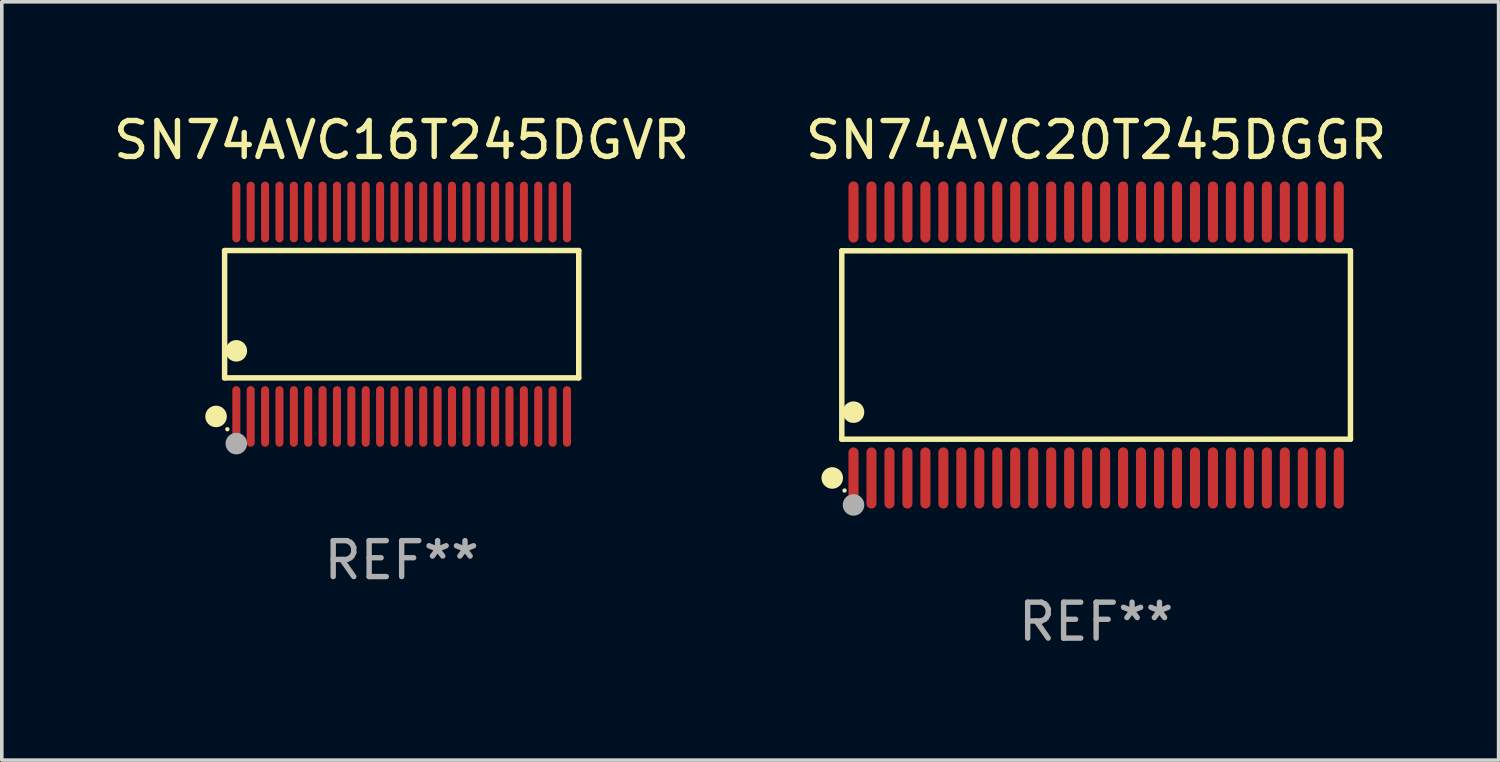
<source format=kicad_pcb>
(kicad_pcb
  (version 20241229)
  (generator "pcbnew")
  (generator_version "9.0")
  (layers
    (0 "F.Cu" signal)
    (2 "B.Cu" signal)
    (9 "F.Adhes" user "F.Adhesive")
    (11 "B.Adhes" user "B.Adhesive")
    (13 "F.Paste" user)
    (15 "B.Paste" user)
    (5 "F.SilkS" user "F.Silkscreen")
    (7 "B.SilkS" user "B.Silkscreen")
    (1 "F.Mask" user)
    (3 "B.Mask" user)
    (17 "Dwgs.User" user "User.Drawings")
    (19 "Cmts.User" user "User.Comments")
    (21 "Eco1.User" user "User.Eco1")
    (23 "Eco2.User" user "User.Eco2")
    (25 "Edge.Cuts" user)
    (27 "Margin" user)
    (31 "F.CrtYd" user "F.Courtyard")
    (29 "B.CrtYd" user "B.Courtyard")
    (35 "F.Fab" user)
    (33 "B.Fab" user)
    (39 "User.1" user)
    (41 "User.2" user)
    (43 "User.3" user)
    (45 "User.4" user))
  (footprint "SN74AVC20T245DGGR"
    (layer "F.Cu")
    (at 27.446 6.548)
    (property "Reference" "SN74AVC20T245DGGR" (at 0 -5.7 0) (layer "F.SilkS") (effects (font (size 1 1) (thickness 0.15))))
    (attr through_hole)
    (fp_line (start -7.076 -2.621) (end 7.076 -2.621) (stroke (width 0.152) (type solid)) (layer "F.SilkS"))
    (fp_line (start -7.076 2.621) (end -7.076 -2.621) (stroke (width 0.152) (type solid)) (layer "F.SilkS"))
    (fp_line (start 7.076 -2.621) (end 7.076 2.621) (stroke (width 0.152) (type solid)) (layer "F.SilkS"))
    (fp_line (start 7.076 2.621) (end -7.076 2.621) (stroke (width 0.152) (type solid)) (layer "F.SilkS"))
    (fp_circle (center -7.342 3.7) (end -7.192 3.7) (stroke (width 0.3) (type solid)) (fill no) (layer "F.SilkS"))
    (fp_circle (center -7 4.05) (end -6.97 4.05) (stroke (width 0.06) (type solid)) (fill no) (layer "F.SilkS"))
    (fp_circle (center -6.75 1.869) (end -6.6 1.869) (stroke (width 0.3) (type solid)) (fill no) (layer "F.SilkS"))
    (fp_circle (center -6.75 4.45) (end -6.6 4.45) (stroke (width 0.3) (type solid)) (fill no) (layer "F.Fab"))
    (fp_text user "REF**" (at 0 7.7 0) (layer "F.Fab") (effects (font (size 1 1) (thickness 0.15))))
    (pad "1" smd oval (at -6.75 3.7) (size 0.28 1.7) (layers "F.Cu" "F.Mask" "F.Paste"))
    (pad "2" smd oval (at -6.25 3.7) (size 0.28 1.7) (layers "F.Cu" "F.Mask" "F.Paste"))
    (pad "3" smd oval (at -5.75 3.7) (size 0.28 1.7) (layers "F.Cu" "F.Mask" "F.Paste"))
    (pad "4" smd oval (at -5.25 3.7) (size 0.28 1.7) (layers "F.Cu" "F.Mask" "F.Paste"))
    (pad "5" smd oval (at -4.75 3.7) (size 0.28 1.7) (layers "F.Cu" "F.Mask" "F.Paste"))
    (pad "6" smd oval (at -4.25 3.7) (size 0.28 1.7) (layers "F.Cu" "F.Mask" "F.Paste"))
    (pad "7" smd oval (at -3.75 3.7) (size 0.28 1.7) (layers "F.Cu" "F.Mask" "F.Paste"))
    (pad "8" smd oval (at -3.25 3.7) (size 0.28 1.7) (layers "F.Cu" "F.Mask" "F.Paste"))
    (pad "9" smd oval (at -2.75 3.7) (size 0.28 1.7) (layers "F.Cu" "F.Mask" "F.Paste"))
    (pad "10" smd oval (at -2.25 3.7) (size 0.28 1.7) (layers "F.Cu" "F.Mask" "F.Paste"))
    (pad "11" smd oval (at -1.75 3.7) (size 0.28 1.7) (layers "F.Cu" "F.Mask" "F.Paste"))
    (pad "12" smd oval (at -1.25 3.7) (size 0.28 1.7) (layers "F.Cu" "F.Mask" "F.Paste"))
    (pad "13" smd oval (at -0.75 3.7) (size 0.28 1.7) (layers "F.Cu" "F.Mask" "F.Paste"))
    (pad "14" smd oval (at -0.25 3.7) (size 0.28 1.7) (layers "F.Cu" "F.Mask" "F.Paste"))
    (pad "15" smd oval (at 0.25 3.7) (size 0.28 1.7) (layers "F.Cu" "F.Mask" "F.Paste"))
    (pad "16" smd oval (at 0.75 3.7) (size 0.28 1.7) (layers "F.Cu" "F.Mask" "F.Paste"))
    (pad "17" smd oval (at 1.25 3.7) (size 0.28 1.7) (layers "F.Cu" "F.Mask" "F.Paste"))
    (pad "18" smd oval (at 1.75 3.7) (size 0.28 1.7) (layers "F.Cu" "F.Mask" "F.Paste"))
    (pad "19" smd oval (at 2.25 3.7) (size 0.28 1.7) (layers "F.Cu" "F.Mask" "F.Paste"))
    (pad "20" smd oval (at 2.75 3.7) (size 0.28 1.7) (layers "F.Cu" "F.Mask" "F.Paste"))
    (pad "21" smd oval (at 3.25 3.7) (size 0.28 1.7) (layers "F.Cu" "F.Mask" "F.Paste"))
    (pad "22" smd oval (at 3.75 3.7) (size 0.28 1.7) (layers "F.Cu" "F.Mask" "F.Paste"))
    (pad "23" smd oval (at 4.25 3.7) (size 0.28 1.7) (layers "F.Cu" "F.Mask" "F.Paste"))
    (pad "24" smd oval (at 4.75 3.7) (size 0.28 1.7) (layers "F.Cu" "F.Mask" "F.Paste"))
    (pad "25" smd oval (at 5.25 3.7) (size 0.28 1.7) (layers "F.Cu" "F.Mask" "F.Paste"))
    (pad "26" smd oval (at 5.75 3.7) (size 0.28 1.7) (layers "F.Cu" "F.Mask" "F.Paste"))
    (pad "27" smd oval (at 6.25 3.7) (size 0.28 1.7) (layers "F.Cu" "F.Mask" "F.Paste"))
    (pad "28" smd oval (at 6.75 3.7) (size 0.28 1.7) (layers "F.Cu" "F.Mask" "F.Paste"))
    (pad "29" smd oval (at 6.75 -3.7) (size 0.28 1.7) (layers "F.Cu" "F.Mask" "F.Paste"))
    (pad "30" smd oval (at 6.25 -3.7) (size 0.28 1.7) (layers "F.Cu" "F.Mask" "F.Paste"))
    (pad "31" smd oval (at 5.75 -3.7) (size 0.28 1.7) (layers "F.Cu" "F.Mask" "F.Paste"))
    (pad "32" smd oval (at 5.25 -3.7) (size 0.28 1.7) (layers "F.Cu" "F.Mask" "F.Paste"))
    (pad "33" smd oval (at 4.75 -3.7) (size 0.28 1.7) (layers "F.Cu" "F.Mask" "F.Paste"))
    (pad "34" smd oval (at 4.25 -3.7) (size 0.28 1.7) (layers "F.Cu" "F.Mask" "F.Paste"))
    (pad "35" smd oval (at 3.75 -3.7) (size 0.28 1.7) (layers "F.Cu" "F.Mask" "F.Paste"))
    (pad "36" smd oval (at 3.25 -3.7) (size 0.28 1.7) (layers "F.Cu" "F.Mask" "F.Paste"))
    (pad "37" smd oval (at 2.75 -3.7) (size 0.28 1.7) (layers "F.Cu" "F.Mask" "F.Paste"))
    (pad "38" smd oval (at 2.25 -3.7) (size 0.28 1.7) (layers "F.Cu" "F.Mask" "F.Paste"))
    (pad "39" smd oval (at 1.75 -3.7) (size 0.28 1.7) (layers "F.Cu" "F.Mask" "F.Paste"))
    (pad "40" smd oval (at 1.25 -3.7) (size 0.28 1.7) (layers "F.Cu" "F.Mask" "F.Paste"))
    (pad "41" smd oval (at 0.75 -3.7) (size 0.28 1.7) (layers "F.Cu" "F.Mask" "F.Paste"))
    (pad "42" smd oval (at 0.25 -3.7) (size 0.28 1.7) (layers "F.Cu" "F.Mask" "F.Paste"))
    (pad "43" smd oval (at -0.25 -3.7) (size 0.28 1.7) (layers "F.Cu" "F.Mask" "F.Paste"))
    (pad "44" smd oval (at -0.75 -3.7) (size 0.28 1.7) (layers "F.Cu" "F.Mask" "F.Paste"))
    (pad "45" smd oval (at -1.25 -3.7) (size 0.28 1.7) (layers "F.Cu" "F.Mask" "F.Paste"))
    (pad "46" smd oval (at -1.75 -3.7) (size 0.28 1.7) (layers "F.Cu" "F.Mask" "F.Paste"))
    (pad "47" smd oval (at -2.25 -3.7) (size 0.28 1.7) (layers "F.Cu" "F.Mask" "F.Paste"))
    (pad "48" smd oval (at -2.75 -3.7) (size 0.28 1.7) (layers "F.Cu" "F.Mask" "F.Paste"))
    (pad "49" smd oval (at -3.25 -3.7) (size 0.28 1.7) (layers "F.Cu" "F.Mask" "F.Paste"))
    (pad "50" smd oval (at -3.75 -3.7) (size 0.28 1.7) (layers "F.Cu" "F.Mask" "F.Paste"))
    (pad "51" smd oval (at -4.25 -3.7) (size 0.28 1.7) (layers "F.Cu" "F.Mask" "F.Paste"))
    (pad "52" smd oval (at -4.75 -3.7) (size 0.28 1.7) (layers "F.Cu" "F.Mask" "F.Paste"))
    (pad "53" smd oval (at -5.25 -3.7) (size 0.28 1.7) (layers "F.Cu" "F.Mask" "F.Paste"))
    (pad "54" smd oval (at -5.75 -3.7) (size 0.28 1.7) (layers "F.Cu" "F.Mask" "F.Paste"))
    (pad "55" smd oval (at -6.25 -3.7) (size 0.28 1.7) (layers "F.Cu" "F.Mask" "F.Paste"))
    (pad "56" smd oval (at -6.75 -3.7) (size 0.28 1.7) (layers "F.Cu" "F.Mask" "F.Paste")))
  (footprint "SN74AVC16T245DGVR"
    (layer "F.Cu")
    (at 8.125 5.692)
    (property "Reference" "SN74AVC16T245DGVR" (at 0 -4.844 0) (layer "F.SilkS") (effects (font (size 1 1) (thickness 0.15))))
    (attr through_hole)
    (fp_line (start -4.926 -1.771) (end 4.926 -1.771) (stroke (width 0.152) (type solid)) (layer "F.SilkS"))
    (fp_line (start -4.926 1.771) (end -4.926 -1.771) (stroke (width 0.152) (type solid)) (layer "F.SilkS"))
    (fp_line (start 4.926 -1.771) (end 4.926 1.771) (stroke (width 0.152) (type solid)) (layer "F.SilkS"))
    (fp_line (start 4.926 1.771) (end -4.926 1.771) (stroke (width 0.152) (type solid)) (layer "F.SilkS"))
    (fp_circle (center -5.164 2.844) (end -5.014 2.844) (stroke (width 0.3) (type solid)) (fill no) (layer "F.SilkS"))
    (fp_circle (center -4.85 3.2) (end -4.82 3.2) (stroke (width 0.06) (type solid)) (fill no) (layer "F.SilkS"))
    (fp_circle (center -4.6 1.019) (end -4.45 1.019) (stroke (width 0.3) (type solid)) (fill no) (layer "F.SilkS"))
    (fp_circle (center -4.6 3.6) (end -4.45 3.6) (stroke (width 0.3) (type solid)) (fill no) (layer "F.Fab"))
    (fp_text user "REF**" (at 0 6.844 0) (layer "F.Fab") (effects (font (size 1 1) (thickness 0.15))))
    (pad "1" smd oval (at -4.6 2.844) (size 0.224 1.687) (layers "F.Cu" "F.Mask" "F.Paste"))
    (pad "2" smd oval (at -4.2 2.844) (size 0.224 1.687) (layers "F.Cu" "F.Mask" "F.Paste"))
    (pad "3" smd oval (at -3.8 2.844) (size 0.224 1.687) (layers "F.Cu" "F.Mask" "F.Paste"))
    (pad "4" smd oval (at -3.4 2.844) (size 0.224 1.687) (layers "F.Cu" "F.Mask" "F.Paste"))
    (pad "5" smd oval (at -3 2.844) (size 0.224 1.687) (layers "F.Cu" "F.Mask" "F.Paste"))
    (pad "6" smd oval (at -2.6 2.844) (size 0.224 1.687) (layers "F.Cu" "F.Mask" "F.Paste"))
    (pad "7" smd oval (at -2.2 2.844) (size 0.224 1.687) (layers "F.Cu" "F.Mask" "F.Paste"))
    (pad "8" smd oval (at -1.8 2.844) (size 0.224 1.687) (layers "F.Cu" "F.Mask" "F.Paste"))
    (pad "9" smd oval (at -1.4 2.844) (size 0.224 1.687) (layers "F.Cu" "F.Mask" "F.Paste"))
    (pad "10" smd oval (at -1 2.844) (size 0.224 1.687) (layers "F.Cu" "F.Mask" "F.Paste"))
    (pad "11" smd oval (at -0.6 2.844) (size 0.224 1.687) (layers "F.Cu" "F.Mask" "F.Paste"))
    (pad "12" smd oval (at -0.2 2.844) (size 0.224 1.687) (layers "F.Cu" "F.Mask" "F.Paste"))
    (pad "13" smd oval (at 0.2 2.844) (size 0.224 1.687) (layers "F.Cu" "F.Mask" "F.Paste"))
    (pad "14" smd oval (at 0.6 2.844) (size 0.224 1.687) (layers "F.Cu" "F.Mask" "F.Paste"))
    (pad "15" smd oval (at 1 2.844) (size 0.224 1.687) (layers "F.Cu" "F.Mask" "F.Paste"))
    (pad "16" smd oval (at 1.4 2.844) (size 0.224 1.687) (layers "F.Cu" "F.Mask" "F.Paste"))
    (pad "17" smd oval (at 1.8 2.844) (size 0.224 1.687) (layers "F.Cu" "F.Mask" "F.Paste"))
    (pad "18" smd oval (at 2.2 2.844) (size 0.224 1.687) (layers "F.Cu" "F.Mask" "F.Paste"))
    (pad "19" smd oval (at 2.6 2.844) (size 0.224 1.687) (layers "F.Cu" "F.Mask" "F.Paste"))
    (pad "20" smd oval (at 3 2.844) (size 0.224 1.687) (layers "F.Cu" "F.Mask" "F.Paste"))
    (pad "21" smd oval (at 3.4 2.844) (size 0.224 1.687) (layers "F.Cu" "F.Mask" "F.Paste"))
    (pad "22" smd oval (at 3.8 2.844) (size 0.224 1.687) (layers "F.Cu" "F.Mask" "F.Paste"))
    (pad "23" smd oval (at 4.2 2.844) (size 0.224 1.687) (layers "F.Cu" "F.Mask" "F.Paste"))
    (pad "24" smd oval (at 4.6 2.844) (size 0.224 1.687) (layers "F.Cu" "F.Mask" "F.Paste"))
    (pad "25" smd oval (at 4.6 -2.844) (size 0.224 1.687) (layers "F.Cu" "F.Mask" "F.Paste"))
    (pad "26" smd oval (at 4.2 -2.844) (size 0.224 1.687) (layers "F.Cu" "F.Mask" "F.Paste"))
    (pad "27" smd oval (at 3.8 -2.844) (size 0.224 1.687) (layers "F.Cu" "F.Mask" "F.Paste"))
    (pad "28" smd oval (at 3.4 -2.844) (size 0.224 1.687) (layers "F.Cu" "F.Mask" "F.Paste"))
    (pad "29" smd oval (at 3 -2.844) (size 0.224 1.687) (layers "F.Cu" "F.Mask" "F.Paste"))
    (pad "30" smd oval (at 2.6 -2.844) (size 0.224 1.687) (layers "F.Cu" "F.Mask" "F.Paste"))
    (pad "31" smd oval (at 2.2 -2.844) (size 0.224 1.687) (layers "F.Cu" "F.Mask" "F.Paste"))
    (pad "32" smd oval (at 1.8 -2.844) (size 0.224 1.687) (layers "F.Cu" "F.Mask" "F.Paste"))
    (pad "33" smd oval (at 1.4 -2.844) (size 0.224 1.687) (layers "F.Cu" "F.Mask" "F.Paste"))
    (pad "34" smd oval (at 1 -2.844) (size 0.224 1.687) (layers "F.Cu" "F.Mask" "F.Paste"))
    (pad "35" smd oval (at 0.6 -2.844) (size 0.224 1.687) (layers "F.Cu" "F.Mask" "F.Paste"))
    (pad "36" smd oval (at 0.2 -2.844) (size 0.224 1.687) (layers "F.Cu" "F.Mask" "F.Paste"))
    (pad "37" smd oval (at -0.2 -2.844) (size 0.224 1.687) (layers "F.Cu" "F.Mask" "F.Paste"))
    (pad "38" smd oval (at -0.6 -2.844) (size 0.224 1.687) (layers "F.Cu" "F.Mask" "F.Paste"))
    (pad "39" smd oval (at -1 -2.844) (size 0.224 1.687) (layers "F.Cu" "F.Mask" "F.Paste"))
    (pad "40" smd oval (at -1.4 -2.844) (size 0.224 1.687) (layers "F.Cu" "F.Mask" "F.Paste"))
    (pad "41" smd oval (at -1.8 -2.844) (size 0.224 1.687) (layers "F.Cu" "F.Mask" "F.Paste"))
    (pad "42" smd oval (at -2.2 -2.844) (size 0.224 1.687) (layers "F.Cu" "F.Mask" "F.Paste"))
    (pad "43" smd oval (at -2.6 -2.844) (size 0.224 1.687) (layers "F.Cu" "F.Mask" "F.Paste"))
    (pad "44" smd oval (at -3 -2.844) (size 0.224 1.687) (layers "F.Cu" "F.Mask" "F.Paste"))
    (pad "45" smd oval (at -3.4 -2.844) (size 0.224 1.687) (layers "F.Cu" "F.Mask" "F.Paste"))
    (pad "46" smd oval (at -3.8 -2.844) (size 0.224 1.687) (layers "F.Cu" "F.Mask" "F.Paste"))
    (pad "47" smd oval (at -4.2 -2.844) (size 0.224 1.687) (layers "F.Cu" "F.Mask" "F.Paste"))
    (pad "48" smd oval (at -4.6 -2.844) (size 0.224 1.687) (layers "F.Cu" "F.Mask" "F.Paste")))
  (gr_rect
    (start -3 -3)
    (end 38.643 18.097)
    (stroke (width 0.1) (type default))
    (fill no)
    (layer "Edge.Cuts")))
</source>
